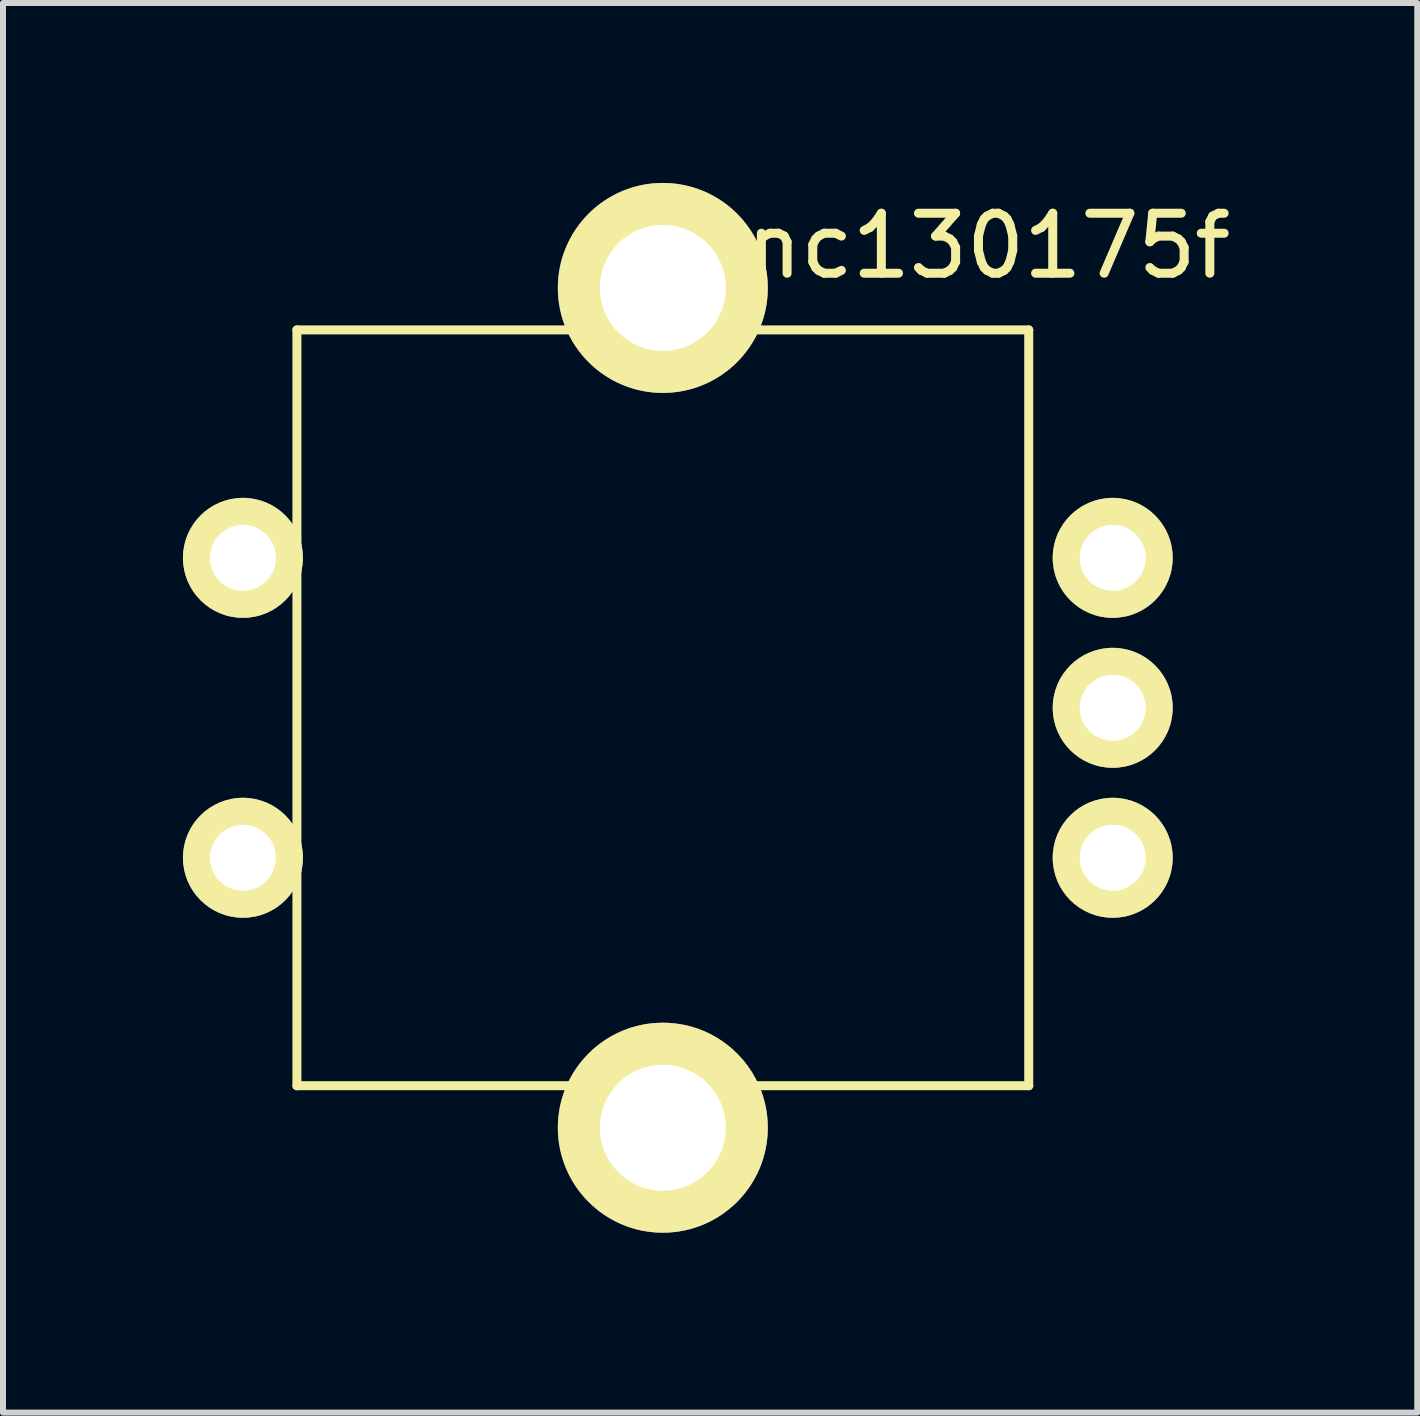
<source format=kicad_pcb>
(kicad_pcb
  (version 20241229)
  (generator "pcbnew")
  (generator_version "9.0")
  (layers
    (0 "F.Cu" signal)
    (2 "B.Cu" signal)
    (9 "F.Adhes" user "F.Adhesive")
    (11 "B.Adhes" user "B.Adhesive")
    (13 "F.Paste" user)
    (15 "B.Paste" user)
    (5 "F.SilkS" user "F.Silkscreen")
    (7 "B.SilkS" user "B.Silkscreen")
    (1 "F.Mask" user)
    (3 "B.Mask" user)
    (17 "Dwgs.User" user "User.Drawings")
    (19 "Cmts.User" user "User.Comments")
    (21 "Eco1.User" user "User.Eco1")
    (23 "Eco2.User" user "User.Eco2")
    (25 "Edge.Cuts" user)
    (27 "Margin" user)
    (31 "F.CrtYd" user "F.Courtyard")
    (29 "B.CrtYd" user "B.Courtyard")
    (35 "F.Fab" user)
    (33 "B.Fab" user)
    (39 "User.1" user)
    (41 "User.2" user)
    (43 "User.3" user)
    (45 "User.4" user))
  (footprint "enc130175f"
    (layer "F.Cu")
    (at 8 8.75)
    (property "Reference" "enc130175f" (at 5 -7.7 0) (layer "F.SilkS") (effects (font (size 1 1) (thickness 0.15))))
    (attr through_hole)
    (fp_line (start -6.1 -6.3) (end -6.1 6.3) (stroke (width 0.15) (type solid)) (layer "F.SilkS"))
    (fp_line (start -6.1 6.3) (end 6.1 6.3) (stroke (width 0.15) (type solid)) (layer "F.SilkS"))
    (fp_line (start 6.1 -6.3) (end -6.1 -6.3) (stroke (width 0.15) (type solid)) (layer "F.SilkS"))
    (fp_line (start 6.1 6.3) (end 6.1 -6.3) (stroke (width 0.15) (type solid)) (layer "F.SilkS"))
    (pad "1" thru_hole circle (at 7.5 2.5) (size 2 2) (drill 1.1) (layers "*.Cu" "*.Mask" "F.SilkS" "B.Paste"))
    (pad "2" thru_hole circle (at 7.5 -2.5) (size 2 2) (drill 1.1) (layers "*.Cu" "*.Mask" "F.SilkS" "B.Paste"))
    (pad "3" thru_hole circle (at 7.5 0) (size 2 2) (drill 1.1) (layers "*.Cu" "*.Mask" "F.SilkS" "B.Paste"))
    (pad "4" thru_hole circle (at -7 -2.5) (size 2 2) (drill 1.1) (layers "*.Cu" "*.Mask" "F.SilkS" "B.Paste"))
    (pad "5" thru_hole circle (at -7 2.5) (size 2 2) (drill 1.1) (layers "*.Cu" "*.Mask" "F.SilkS" "B.Paste"))
    (pad "6" thru_hole circle (at 0 -7) (size 3.5 3.5) (drill 2.1) (layers "*.Cu" "*.Mask" "F.SilkS" "B.Paste"))
    (pad "7" thru_hole circle (at 0 7) (size 3.5 3.5) (drill 2.1) (layers "*.Cu" "*.Mask" "F.SilkS" "B.Paste")))
  (gr_rect
    (start -3 -3)
    (end 20.577 20.5)
    (stroke (width 0.1) (type default))
    (fill no)
    (layer "Edge.Cuts")))
</source>
